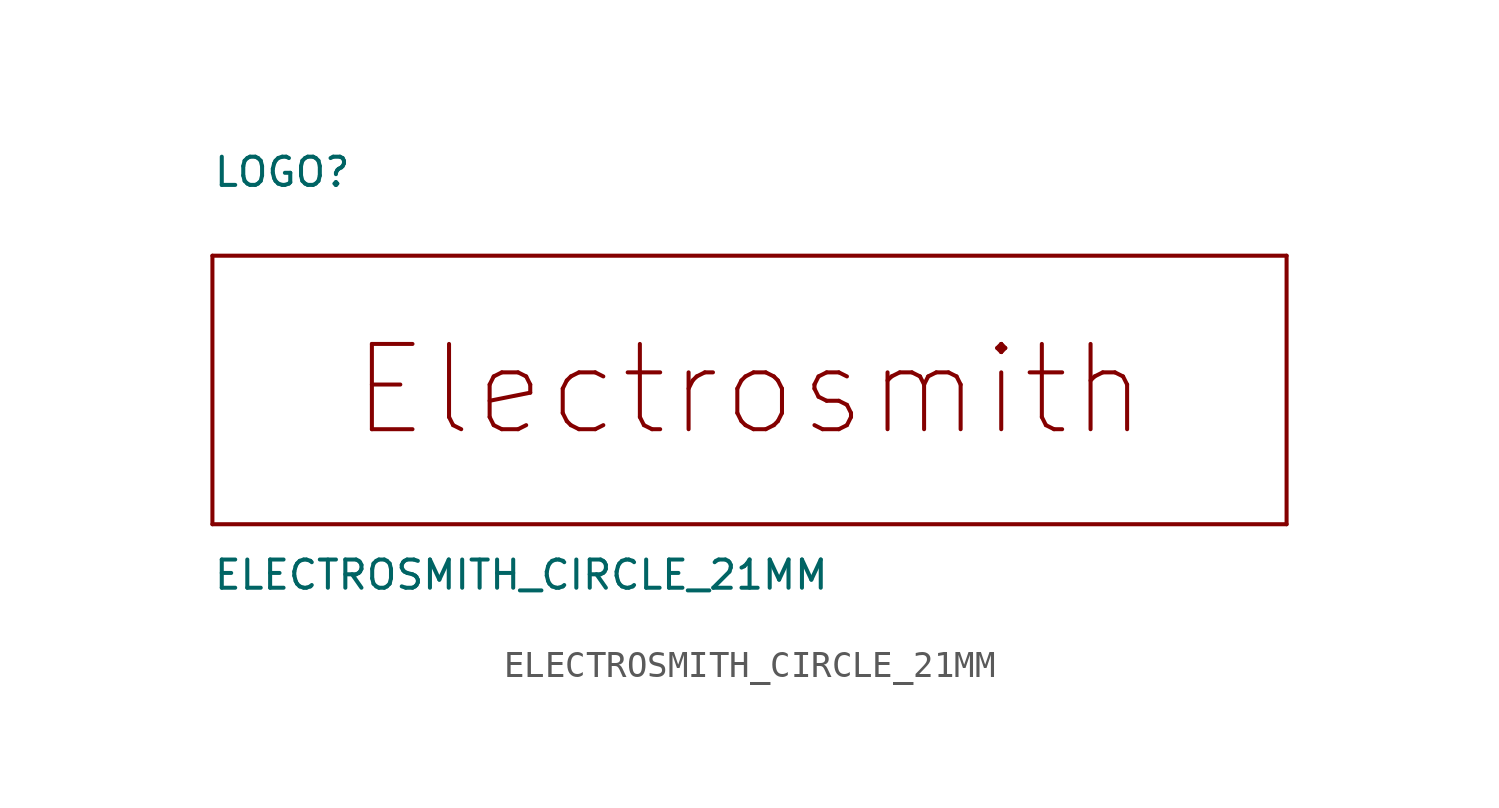
<source format=kicad_sym>
(kicad_symbol_lib
  (version 20211014)
  (generator kicad_symbol_editor)
  (symbol "ELECTROSMITH_CIRCLE_21MM"
    (pin_names
      (offset 1.016))
    (property "Reference" "LOGO"
      (at -20.32 7.62 0)
      (effects (font (size 1.067 1.067)) (justify left bottom)))
    (property "Value" "ELECTROSMITH_CIRCLE_21MM"
      (at -20.32 -7.62 0)
      (effects (font (size 1.067 1.067)) (justify left bottom)))
    (property "ki_locked" ""
      (at 0 0 0)
      (effects (font (size 1.27 1.27))))
    (symbol "ELECTROSMITH_CIRCLE_21MM_1_0"
      (polyline (pts (xy -20.32 -5.08) (xy -20.32 5.08)) (stroke (width 0) (type default) (color 0 0 0 0)) (fill (type none)))
      (polyline (pts (xy -20.32 5.08) (xy 20.32 5.08)) (stroke (width 0) (type default) (color 0 0 0 0)) (fill (type none)))
      (polyline (pts (xy 20.32 -5.08) (xy -20.32 -5.08)) (stroke (width 0) (type default) (color 0 0 0 0)) (fill (type none)))
      (polyline (pts (xy 20.32 5.08) (xy 20.32 -5.08)) (stroke (width 0) (type default) (color 0 0 0 0)) (fill (type none)))
      (text "Electrosmith" (at 0 0 0) (effects (font (size 3.226 3.226)))))))
</source>
